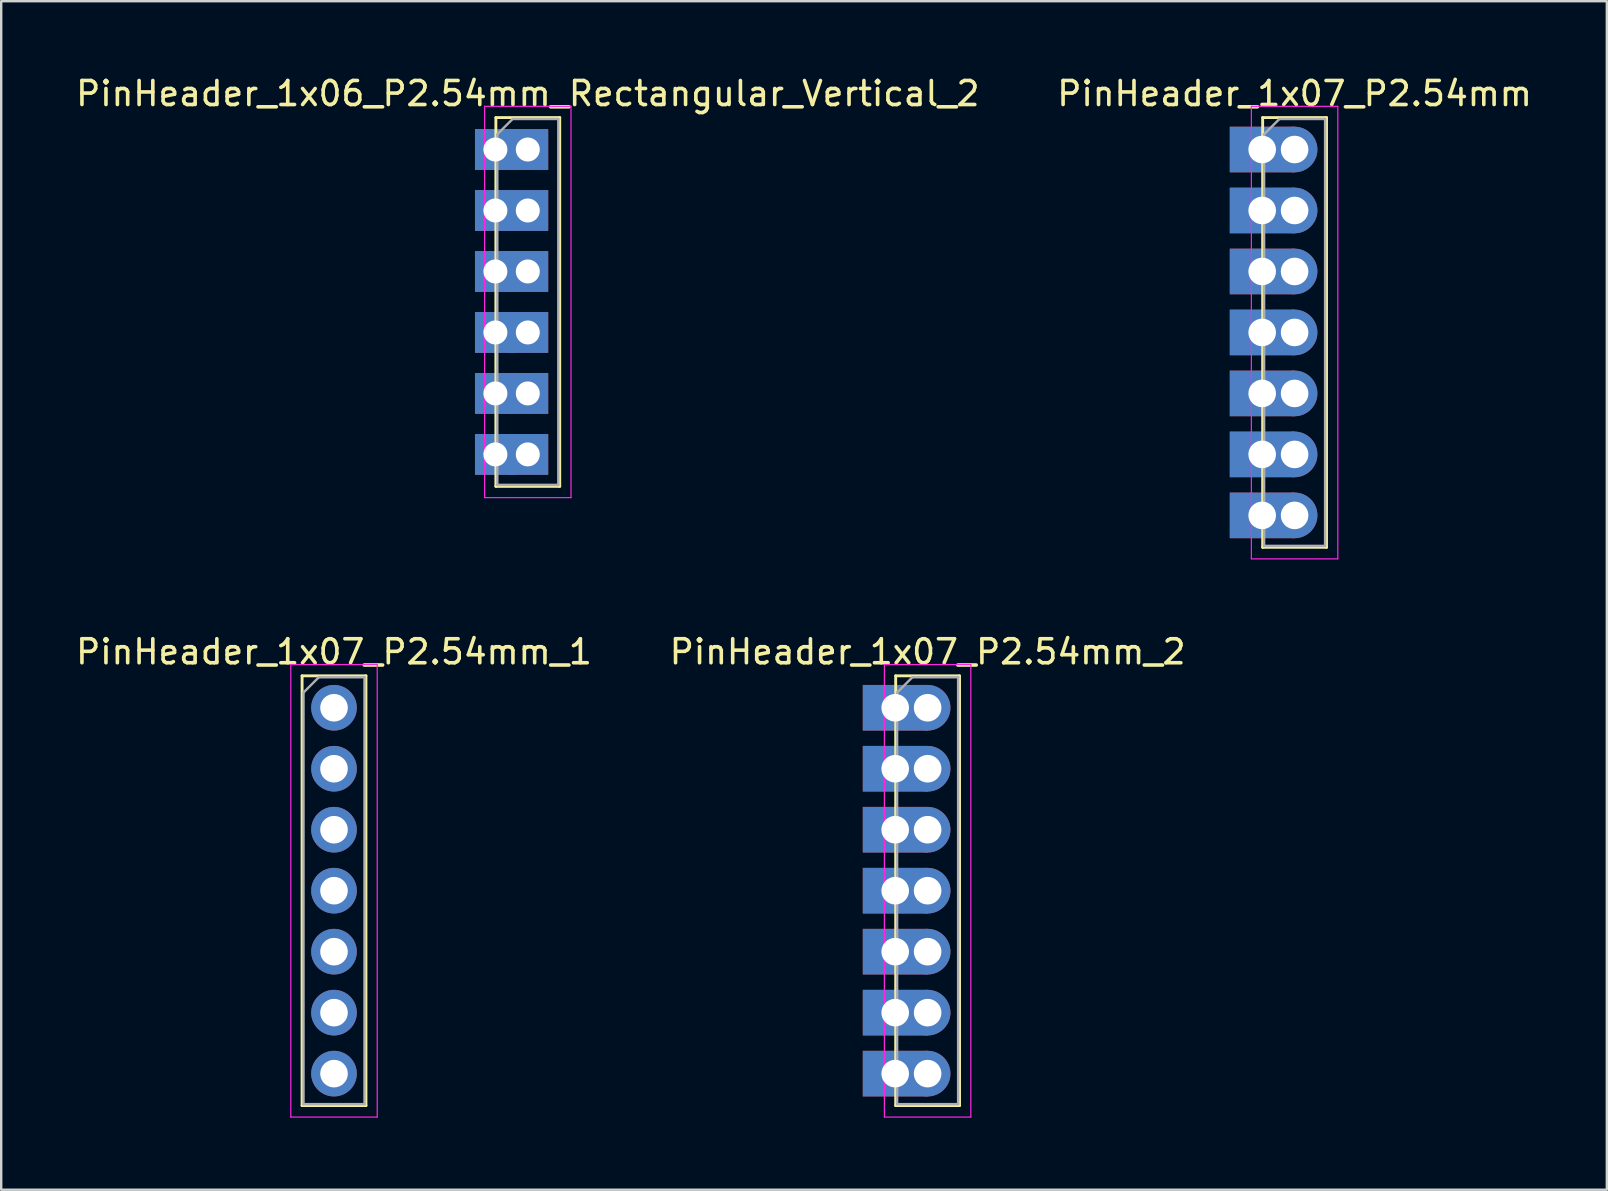
<source format=kicad_pcb>
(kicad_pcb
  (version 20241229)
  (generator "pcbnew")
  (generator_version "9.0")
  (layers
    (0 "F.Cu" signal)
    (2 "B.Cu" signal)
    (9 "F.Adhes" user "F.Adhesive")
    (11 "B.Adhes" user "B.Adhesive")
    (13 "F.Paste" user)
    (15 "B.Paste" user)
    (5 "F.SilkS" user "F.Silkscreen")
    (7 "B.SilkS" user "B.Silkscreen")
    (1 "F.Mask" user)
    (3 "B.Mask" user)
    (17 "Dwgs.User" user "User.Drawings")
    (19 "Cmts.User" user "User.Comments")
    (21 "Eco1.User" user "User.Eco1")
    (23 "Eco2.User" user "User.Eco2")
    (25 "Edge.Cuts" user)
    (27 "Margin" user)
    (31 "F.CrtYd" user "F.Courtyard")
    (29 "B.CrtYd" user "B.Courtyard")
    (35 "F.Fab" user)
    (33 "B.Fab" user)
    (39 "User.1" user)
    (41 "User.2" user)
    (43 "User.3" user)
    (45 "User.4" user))
  (footprint "PinHeader_1x07_P2.54mm_2"
    (layer "F.Cu")
    (at 35.589 26.431)
    (property "Reference" "PinHeader_1x07_P2.54mm_2" (at 0 -2.33 0) (layer "F.SilkS") (effects (font (size 1 1) (thickness 0.15))))
    (attr through_hole)
    (fp_line (start -1.33 -1.33) (end -1.33 16.57) (stroke (width 0.12) (type solid)) (layer "F.SilkS"))
    (fp_line (start -1.33 -1.33) (end 1.33 -1.33) (stroke (width 0.12) (type solid)) (layer "F.SilkS"))
    (fp_line (start -1.33 16.57) (end 1.33 16.57) (stroke (width 0.12) (type solid)) (layer "F.SilkS"))
    (fp_line (start 1.33 -1.33) (end 1.33 16.57) (stroke (width 0.12) (type solid)) (layer "F.SilkS"))
    (fp_line (start -1.8 -1.8) (end -1.8 17.05) (stroke (width 0.05) (type solid)) (layer "F.CrtYd"))
    (fp_line (start -1.8 17.05) (end 1.8 17.05) (stroke (width 0.05) (type solid)) (layer "F.CrtYd"))
    (fp_line (start 1.8 -1.8) (end -1.8 -1.8) (stroke (width 0.05) (type solid)) (layer "F.CrtYd"))
    (fp_line (start 1.8 17.05) (end 1.8 -1.8) (stroke (width 0.05) (type solid)) (layer "F.CrtYd"))
    (fp_line (start -1.27 -0.635) (end -0.635 -1.27) (stroke (width 0.1) (type solid)) (layer "F.Fab"))
    (fp_line (start -1.27 16.51) (end -1.27 -0.635) (stroke (width 0.1) (type solid)) (layer "F.Fab"))
    (fp_line (start -0.635 -1.27) (end 1.27 -1.27) (stroke (width 0.1) (type solid)) (layer "F.Fab"))
    (fp_line (start 1.27 -1.27) (end 1.27 16.51) (stroke (width 0.1) (type solid)) (layer "F.Fab"))
    (fp_line (start 1.27 16.51) (end -1.27 16.51) (stroke (width 0.1) (type solid)) (layer "F.Fab"))
    (pad "1" thru_hole rect (at -1.35 0) (size 2.7 1.9) (drill 1.15) (layers "*.Cu" "*.Mask"))
    (pad "1" thru_hole circle (at 0 0) (size 1.9 1.9) (drill 1.15) (layers "*.Cu" "*.Mask"))
    (pad "2" thru_hole rect (at -1.35 2.54) (size 2.7 1.9) (drill 1.15) (layers "*.Cu" "*.Mask"))
    (pad "2" thru_hole circle (at 0 2.54) (size 1.9 1.9) (drill 1.15) (layers "*.Cu" "*.Mask"))
    (pad "3" thru_hole rect (at -1.35 5.08) (size 2.7 1.9) (drill 1.15) (layers "*.Cu" "*.Mask"))
    (pad "3" thru_hole circle (at 0 5.08) (size 1.9 1.9) (drill 1.15) (layers "*.Cu" "*.Mask"))
    (pad "4" thru_hole rect (at -1.35 7.62) (size 2.7 1.9) (drill 1.15) (layers "*.Cu" "*.Mask"))
    (pad "4" thru_hole circle (at 0 7.62) (size 1.9 1.9) (drill 1.15) (layers "*.Cu" "*.Mask"))
    (pad "5" thru_hole rect (at -1.35 10.16) (size 2.7 1.9) (drill 1.15) (layers "*.Cu" "*.Mask"))
    (pad "5" thru_hole circle (at 0 10.16) (size 1.9 1.9) (drill 1.15) (layers "*.Cu" "*.Mask"))
    (pad "6" thru_hole rect (at -1.35 12.7) (size 2.7 1.9) (drill 1.15) (layers "*.Cu" "*.Mask"))
    (pad "6" thru_hole circle (at 0 12.7) (size 1.9 1.9) (drill 1.15) (layers "*.Cu" "*.Mask"))
    (pad "7" thru_hole rect (at -1.35 15.24) (size 2.7 1.9) (drill 1.15) (layers "*.Cu" "*.Mask"))
    (pad "7" thru_hole circle (at 0 15.24) (size 1.9 1.9) (drill 1.15) (layers "*.Cu" "*.Mask")))
  (footprint "PinHeader_1x07_P2.54mm_1"
    (layer "F.Cu")
    (at 10.863 26.431)
    (property "Reference" "PinHeader_1x07_P2.54mm_1" (at 0 -2.33 0) (layer "F.SilkS") (effects (font (size 1 1) (thickness 0.15))))
    (attr through_hole)
    (fp_line (start -1.33 -1.33) (end -1.33 16.57) (stroke (width 0.12) (type solid)) (layer "F.SilkS"))
    (fp_line (start -1.33 -1.33) (end 1.33 -1.33) (stroke (width 0.12) (type solid)) (layer "F.SilkS"))
    (fp_line (start -1.33 16.57) (end 1.33 16.57) (stroke (width 0.12) (type solid)) (layer "F.SilkS"))
    (fp_line (start 1.33 -1.33) (end 1.33 16.57) (stroke (width 0.12) (type solid)) (layer "F.SilkS"))
    (fp_line (start -1.8 -1.8) (end -1.8 17.05) (stroke (width 0.05) (type solid)) (layer "F.CrtYd"))
    (fp_line (start -1.8 17.05) (end 1.8 17.05) (stroke (width 0.05) (type solid)) (layer "F.CrtYd"))
    (fp_line (start 1.8 -1.8) (end -1.8 -1.8) (stroke (width 0.05) (type solid)) (layer "F.CrtYd"))
    (fp_line (start 1.8 17.05) (end 1.8 -1.8) (stroke (width 0.05) (type solid)) (layer "F.CrtYd"))
    (fp_line (start -1.27 -0.635) (end -0.635 -1.27) (stroke (width 0.1) (type solid)) (layer "F.Fab"))
    (fp_line (start -1.27 16.51) (end -1.27 -0.635) (stroke (width 0.1) (type solid)) (layer "F.Fab"))
    (fp_line (start -0.635 -1.27) (end 1.27 -1.27) (stroke (width 0.1) (type solid)) (layer "F.Fab"))
    (fp_line (start 1.27 -1.27) (end 1.27 16.51) (stroke (width 0.1) (type solid)) (layer "F.Fab"))
    (fp_line (start 1.27 16.51) (end -1.27 16.51) (stroke (width 0.1) (type solid)) (layer "F.Fab"))
    (pad "1" thru_hole circle (at 0 0) (size 1.9 1.9) (drill 1.15) (layers "*.Cu" "*.Mask"))
    (pad "2" thru_hole circle (at 0 2.54) (size 1.9 1.9) (drill 1.15) (layers "*.Cu" "*.Mask"))
    (pad "3" thru_hole circle (at 0 5.08) (size 1.9 1.9) (drill 1.15) (layers "*.Cu" "*.Mask"))
    (pad "4" thru_hole circle (at 0 7.62) (size 1.9 1.9) (drill 1.15) (layers "*.Cu" "*.Mask"))
    (pad "5" thru_hole circle (at 0 10.16) (size 1.9 1.9) (drill 1.15) (layers "*.Cu" "*.Mask"))
    (pad "6" thru_hole circle (at 0 12.7) (size 1.9 1.9) (drill 1.15) (layers "*.Cu" "*.Mask"))
    (pad "7" thru_hole circle (at 0 15.24) (size 1.9 1.9) (drill 1.15) (layers "*.Cu" "*.Mask")))
  (footprint "PinHeader_1x07_P2.54mm"
    (layer "F.Cu")
    (at 50.875 3.178)
    (property "Reference" "PinHeader_1x07_P2.54mm" (at 0 -2.33 0) (layer "F.SilkS") (effects (font (size 1 1) (thickness 0.15))))
    (attr through_hole)
    (fp_line (start -1.33 -1.33) (end -1.33 16.57) (stroke (width 0.12) (type solid)) (layer "F.SilkS"))
    (fp_line (start -1.33 -1.33) (end 1.33 -1.33) (stroke (width 0.12) (type solid)) (layer "F.SilkS"))
    (fp_line (start -1.33 16.57) (end 1.33 16.57) (stroke (width 0.12) (type solid)) (layer "F.SilkS"))
    (fp_line (start 1.33 -1.33) (end 1.33 16.57) (stroke (width 0.12) (type solid)) (layer "F.SilkS"))
    (fp_line (start -1.8 -1.8) (end -1.8 17.05) (stroke (width 0.05) (type solid)) (layer "F.CrtYd"))
    (fp_line (start -1.8 17.05) (end 1.8 17.05) (stroke (width 0.05) (type solid)) (layer "F.CrtYd"))
    (fp_line (start 1.8 -1.8) (end -1.8 -1.8) (stroke (width 0.05) (type solid)) (layer "F.CrtYd"))
    (fp_line (start 1.8 17.05) (end 1.8 -1.8) (stroke (width 0.05) (type solid)) (layer "F.CrtYd"))
    (fp_line (start -1.27 -0.635) (end -0.635 -1.27) (stroke (width 0.1) (type solid)) (layer "F.Fab"))
    (fp_line (start -1.27 16.51) (end -1.27 -0.635) (stroke (width 0.1) (type solid)) (layer "F.Fab"))
    (fp_line (start -0.635 -1.27) (end 1.27 -1.27) (stroke (width 0.1) (type solid)) (layer "F.Fab"))
    (fp_line (start 1.27 -1.27) (end 1.27 16.51) (stroke (width 0.1) (type solid)) (layer "F.Fab"))
    (fp_line (start 1.27 16.51) (end -1.27 16.51) (stroke (width 0.1) (type solid)) (layer "F.Fab"))
    (pad "1" thru_hole rect (at -1.35 0) (size 2.7 1.9) (drill 1.15) (layers "*.Cu" "*.Mask"))
    (pad "1" thru_hole circle (at 0 0) (size 1.9 1.9) (drill 1.15) (layers "*.Cu" "*.Mask"))
    (pad "2" thru_hole rect (at -1.35 2.54) (size 2.7 1.9) (drill 1.15) (layers "*.Cu" "*.Mask"))
    (pad "2" thru_hole circle (at 0 2.54) (size 1.9 1.9) (drill 1.15) (layers "*.Cu" "*.Mask"))
    (pad "3" thru_hole rect (at -1.35 5.08) (size 2.7 1.9) (drill 1.15) (layers "*.Cu" "*.Mask"))
    (pad "3" thru_hole circle (at 0 5.08) (size 1.9 1.9) (drill 1.15) (layers "*.Cu" "*.Mask"))
    (pad "4" thru_hole rect (at -1.35 7.62) (size 2.7 1.9) (drill 1.15) (layers "*.Cu" "*.Mask"))
    (pad "4" thru_hole circle (at 0 7.62) (size 1.9 1.9) (drill 1.15) (layers "*.Cu" "*.Mask"))
    (pad "5" thru_hole rect (at -1.35 10.16) (size 2.7 1.9) (drill 1.15) (layers "*.Cu" "*.Mask"))
    (pad "5" thru_hole circle (at 0 10.16) (size 1.9 1.9) (drill 1.15) (layers "*.Cu" "*.Mask"))
    (pad "6" thru_hole rect (at -1.35 12.7) (size 2.7 1.9) (drill 1.15) (layers "*.Cu" "*.Mask"))
    (pad "6" thru_hole circle (at 0 12.7) (size 1.9 1.9) (drill 1.15) (layers "*.Cu" "*.Mask"))
    (pad "7" thru_hole rect (at -1.35 15.24) (size 2.7 1.9) (drill 1.15) (layers "*.Cu" "*.Mask"))
    (pad "7" thru_hole circle (at 0 15.24) (size 1.9 1.9) (drill 1.15) (layers "*.Cu" "*.Mask")))
  (footprint "PinHeader_1x06_P2.54mm_Rectangular_Vertical_2"
    (layer "F.Cu")
    (at 18.935 3.178)
    (property "Reference" "PinHeader_1x06_P2.54mm_Rectangular_Vertical_2" (at 0 -2.33 0) (layer "F.SilkS") (effects (font (size 1 1) (thickness 0.15))))
    (attr through_hole)
    (fp_line (start -1.33 -1.33) (end -1.33 14.03) (stroke (width 0.12) (type solid)) (layer "F.SilkS"))
    (fp_line (start -1.33 -1.33) (end 1.33 -1.33) (stroke (width 0.12) (type solid)) (layer "F.SilkS"))
    (fp_line (start -1.33 14.03) (end 1.33 14.03) (stroke (width 0.12) (type solid)) (layer "F.SilkS"))
    (fp_line (start 1.33 -1.33) (end 1.33 14.03) (stroke (width 0.12) (type solid)) (layer "F.SilkS"))
    (fp_line (start -1.8 -1.8) (end -1.8 14.5) (stroke (width 0.05) (type solid)) (layer "F.CrtYd"))
    (fp_line (start -1.8 14.5) (end 1.8 14.5) (stroke (width 0.05) (type solid)) (layer "F.CrtYd"))
    (fp_line (start 1.8 -1.8) (end -1.8 -1.8) (stroke (width 0.05) (type solid)) (layer "F.CrtYd"))
    (fp_line (start 1.8 14.5) (end 1.8 -1.8) (stroke (width 0.05) (type solid)) (layer "F.CrtYd"))
    (fp_line (start -1.27 -0.635) (end -0.635 -1.27) (stroke (width 0.1) (type solid)) (layer "F.Fab"))
    (fp_line (start -1.27 13.97) (end -1.27 -0.635) (stroke (width 0.1) (type solid)) (layer "F.Fab"))
    (fp_line (start -0.635 -1.27) (end 1.27 -1.27) (stroke (width 0.1) (type solid)) (layer "F.Fab"))
    (fp_line (start 1.27 -1.27) (end 1.27 13.97) (stroke (width 0.1) (type solid)) (layer "F.Fab"))
    (fp_line (start 1.27 13.97) (end -1.27 13.97) (stroke (width 0.1) (type solid)) (layer "F.Fab"))
    (pad "1" thru_hole rect (at -1.35 0) (size 1.7 1.7) (drill 1) (layers "*.Cu" "*.Mask"))
    (pad "1" thru_hole rect (at 0 0) (size 1.7 1.7) (drill 1) (layers "*.Cu" "*.Mask"))
    (pad "2" thru_hole rect (at -1.35 2.54) (size 1.7 1.7) (drill 1) (layers "*.Cu" "*.Mask"))
    (pad "2" thru_hole rect (at 0 2.54) (size 1.7 1.7) (drill 1) (layers "*.Cu" "*.Mask"))
    (pad "3" thru_hole rect (at -1.35 5.08) (size 1.7 1.7) (drill 1) (layers "*.Cu" "*.Mask"))
    (pad "3" thru_hole rect (at 0 5.08) (size 1.7 1.7) (drill 1) (layers "*.Cu" "*.Mask"))
    (pad "4" thru_hole rect (at -1.35 7.62) (size 1.7 1.7) (drill 1) (layers "*.Cu" "*.Mask"))
    (pad "4" thru_hole rect (at 0 7.62) (size 1.7 1.7) (drill 1) (layers "*.Cu" "*.Mask"))
    (pad "5" thru_hole rect (at -1.35 10.16) (size 1.7 1.7) (drill 1) (layers "*.Cu" "*.Mask"))
    (pad "5" thru_hole rect (at 0 10.16) (size 1.7 1.7) (drill 1) (layers "*.Cu" "*.Mask"))
    (pad "6" thru_hole rect (at -1.35 12.7) (size 1.7 1.7) (drill 1) (layers "*.Cu" "*.Mask"))
    (pad "6" thru_hole rect (at 0 12.7) (size 1.7 1.7) (drill 1) (layers "*.Cu" "*.Mask")))
  (gr_rect
    (start -3 -3)
    (end 63.881 46.507)
    (stroke (width 0.1) (type default))
    (fill no)
    (layer "Edge.Cuts")))
</source>
